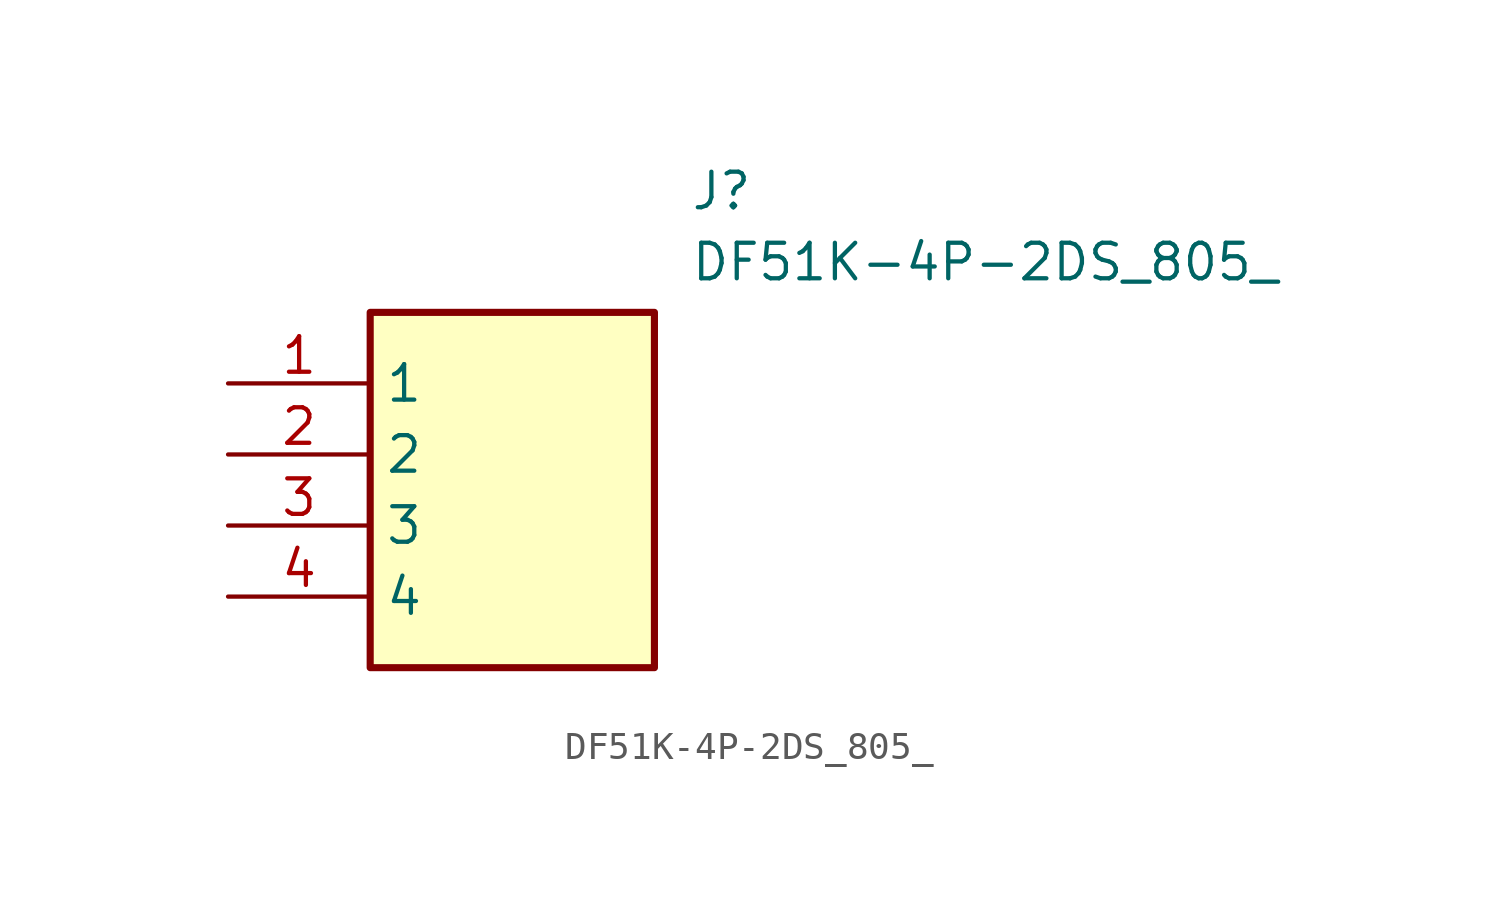
<source format=kicad_sym>
(kicad_symbol_lib
  (version 20211014)
  (generator SamacSys_ECAD_Model)
  (symbol "DF51K-4P-2DS_805_"
    (property "Reference" "J"
      (at 16.51 7.62 0)
      (effects (font (size 1.27 1.27)) (justify left top)))
    (property "Value" "DF51K-4P-2DS_805_"
      (at 16.51 5.08 0)
      (effects (font (size 1.27 1.27)) (justify left top)))
    (rectangle
      (start 5.08 2.54)
      (end 15.24 -10.16)
      (stroke (width 0.254) (type default))
      (fill (type background)))
    (pin passive line
      (at 0 0 0)
      (length 5.08)
      (name "1" (effects (font (size 1.27 1.27))))
      (number "1" (effects (font (size 1.27 1.27)))))
    (pin passive line
      (at 0 -2.54 0)
      (length 5.08)
      (name "2" (effects (font (size 1.27 1.27))))
      (number "2" (effects (font (size 1.27 1.27)))))
    (pin passive line
      (at 0 -5.08 0)
      (length 5.08)
      (name "3" (effects (font (size 1.27 1.27))))
      (number "3" (effects (font (size 1.27 1.27)))))
    (pin passive line
      (at 0 -7.62 0)
      (length 5.08)
      (name "4" (effects (font (size 1.27 1.27))))
      (number "4" (effects (font (size 1.27 1.27)))))))
</source>
